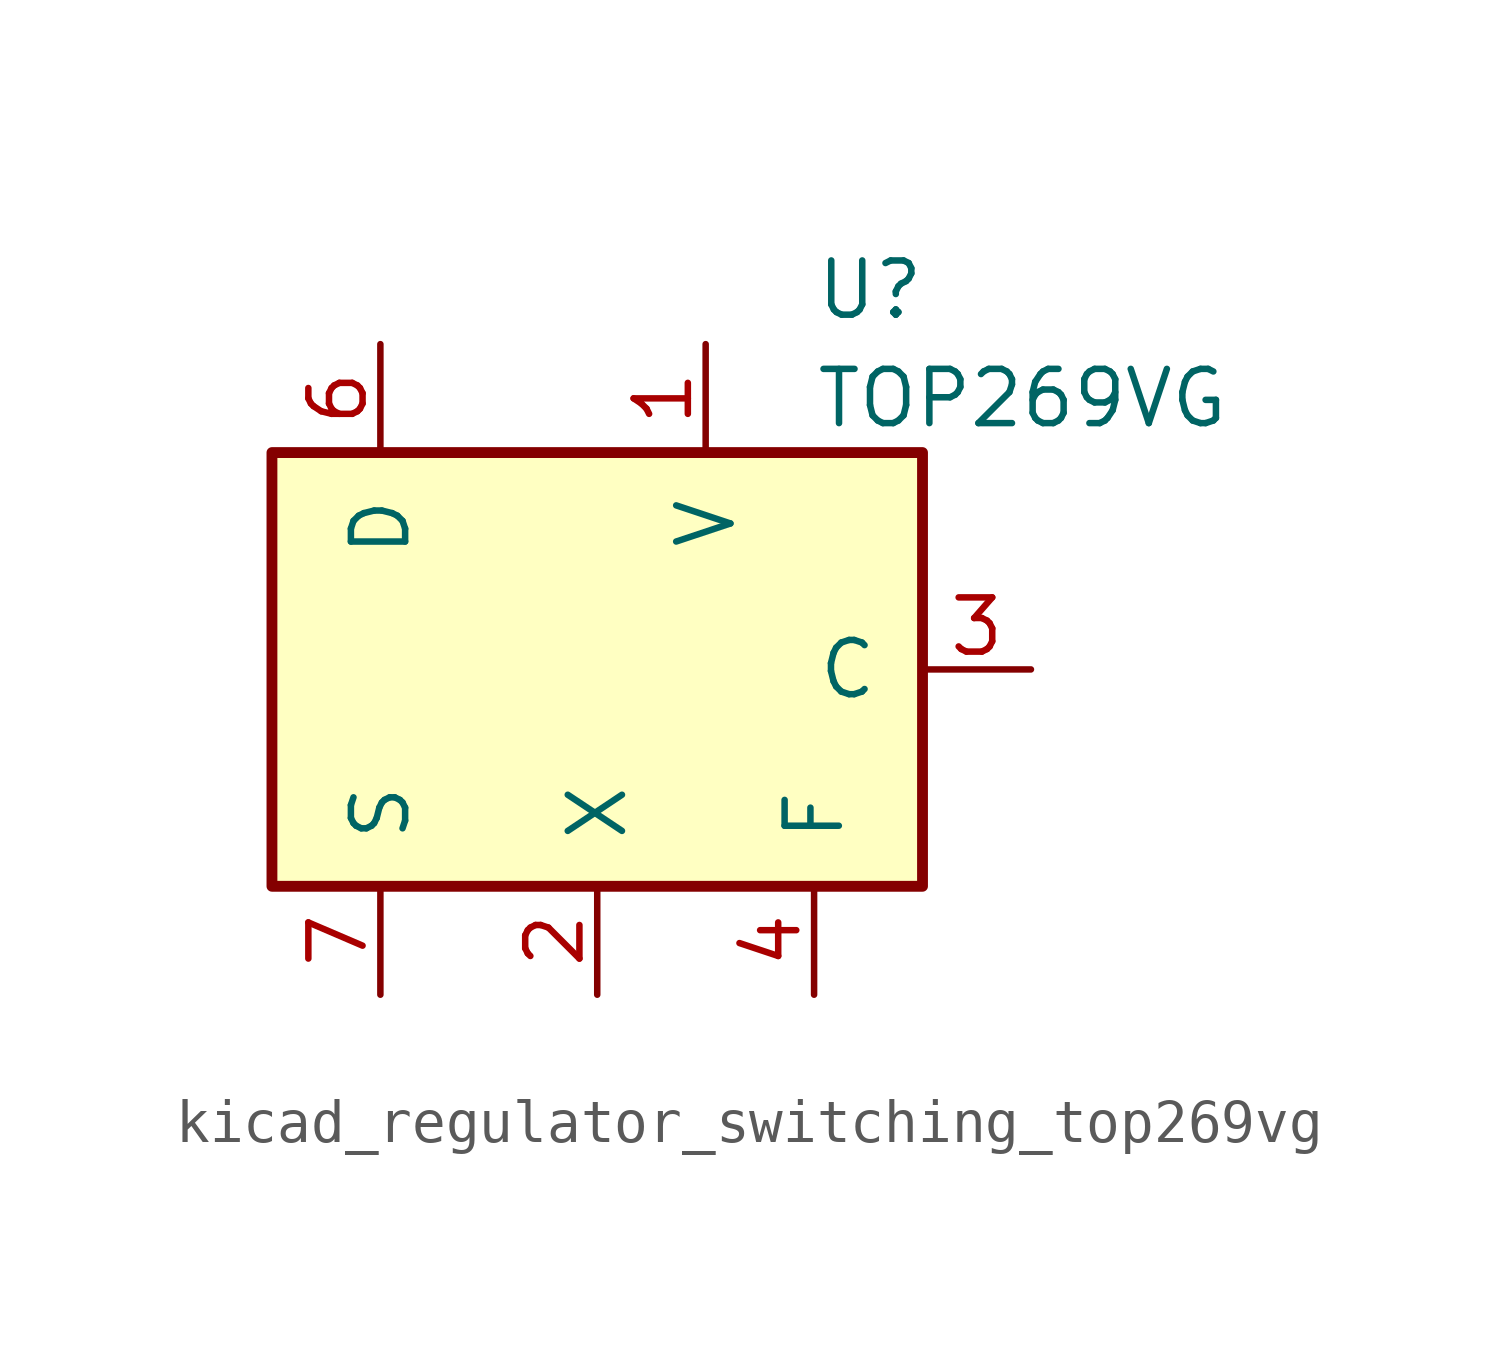
<source format=kicad_sym>
(kicad_symbol_lib
  (version 20220914)
  (generator kicad_symbol_editor)
  (symbol "kicad_regulator_switching_top269vg"
    (pin_names
      (offset 1.016))
    (property "Reference" "U"
      (at 5.08 8.89 0)
      (effects (font (size 1.27 1.27)) (justify left)))
    (property "Value" "TOP269VG"
      (at 5.08 6.35 0)
      (effects (font (size 1.27 1.27)) (justify left)))
    (symbol "kicad_regulator_switching_top269vg_0_1"
      (rectangle (start -7.62 5.08) (end 7.62 -5.08) (stroke (width 0.254) (type default)) (fill (type background))))
    (symbol "kicad_regulator_switching_top269vg_1_1"
      (pin input line (at 2.54 7.62 270) (length 2.54) (name "V" (effects (font (size 1.27 1.27)))) (number "1" (effects (font (size 1.27 1.27)))))
      (pin passive line (at -5.08 -7.62 90) (length 2.54) hide (name "S" (effects (font (size 1.27 1.27)))) (number "10" (effects (font (size 1.27 1.27)))))
      (pin passive line (at -5.08 -7.62 90) (length 2.54) hide (name "S" (effects (font (size 1.27 1.27)))) (number "11" (effects (font (size 1.27 1.27)))))
      (pin passive line (at -5.08 -7.62 90) (length 2.54) hide (name "S" (effects (font (size 1.27 1.27)))) (number "12" (effects (font (size 1.27 1.27)))))
      (pin input line (at 0 -7.62 90) (length 2.54) (name "X" (effects (font (size 1.27 1.27)))) (number "2" (effects (font (size 1.27 1.27)))))
      (pin input line (at 10.16 0 180) (length 2.54) (name "C" (effects (font (size 1.27 1.27)))) (number "3" (effects (font (size 1.27 1.27)))))
      (pin passive line (at 5.08 -7.62 90) (length 2.54) (name "F" (effects (font (size 1.27 1.27)))) (number "4" (effects (font (size 1.27 1.27)))))
      (pin open_collector line (at -5.08 7.62 270) (length 2.54) (name "D" (effects (font (size 1.27 1.27)))) (number "6" (effects (font (size 1.27 1.27)))))
      (pin power_in line (at -5.08 -7.62 90) (length 2.54) (name "S" (effects (font (size 1.27 1.27)))) (number "7" (effects (font (size 1.27 1.27)))))
      (pin passive line (at -5.08 -7.62 90) (length 2.54) hide (name "S" (effects (font (size 1.27 1.27)))) (number "8" (effects (font (size 1.27 1.27)))))
      (pin passive line (at -5.08 -7.62 90) (length 2.54) hide (name "S" (effects (font (size 1.27 1.27)))) (number "9" (effects (font (size 1.27 1.27))))))))
</source>
